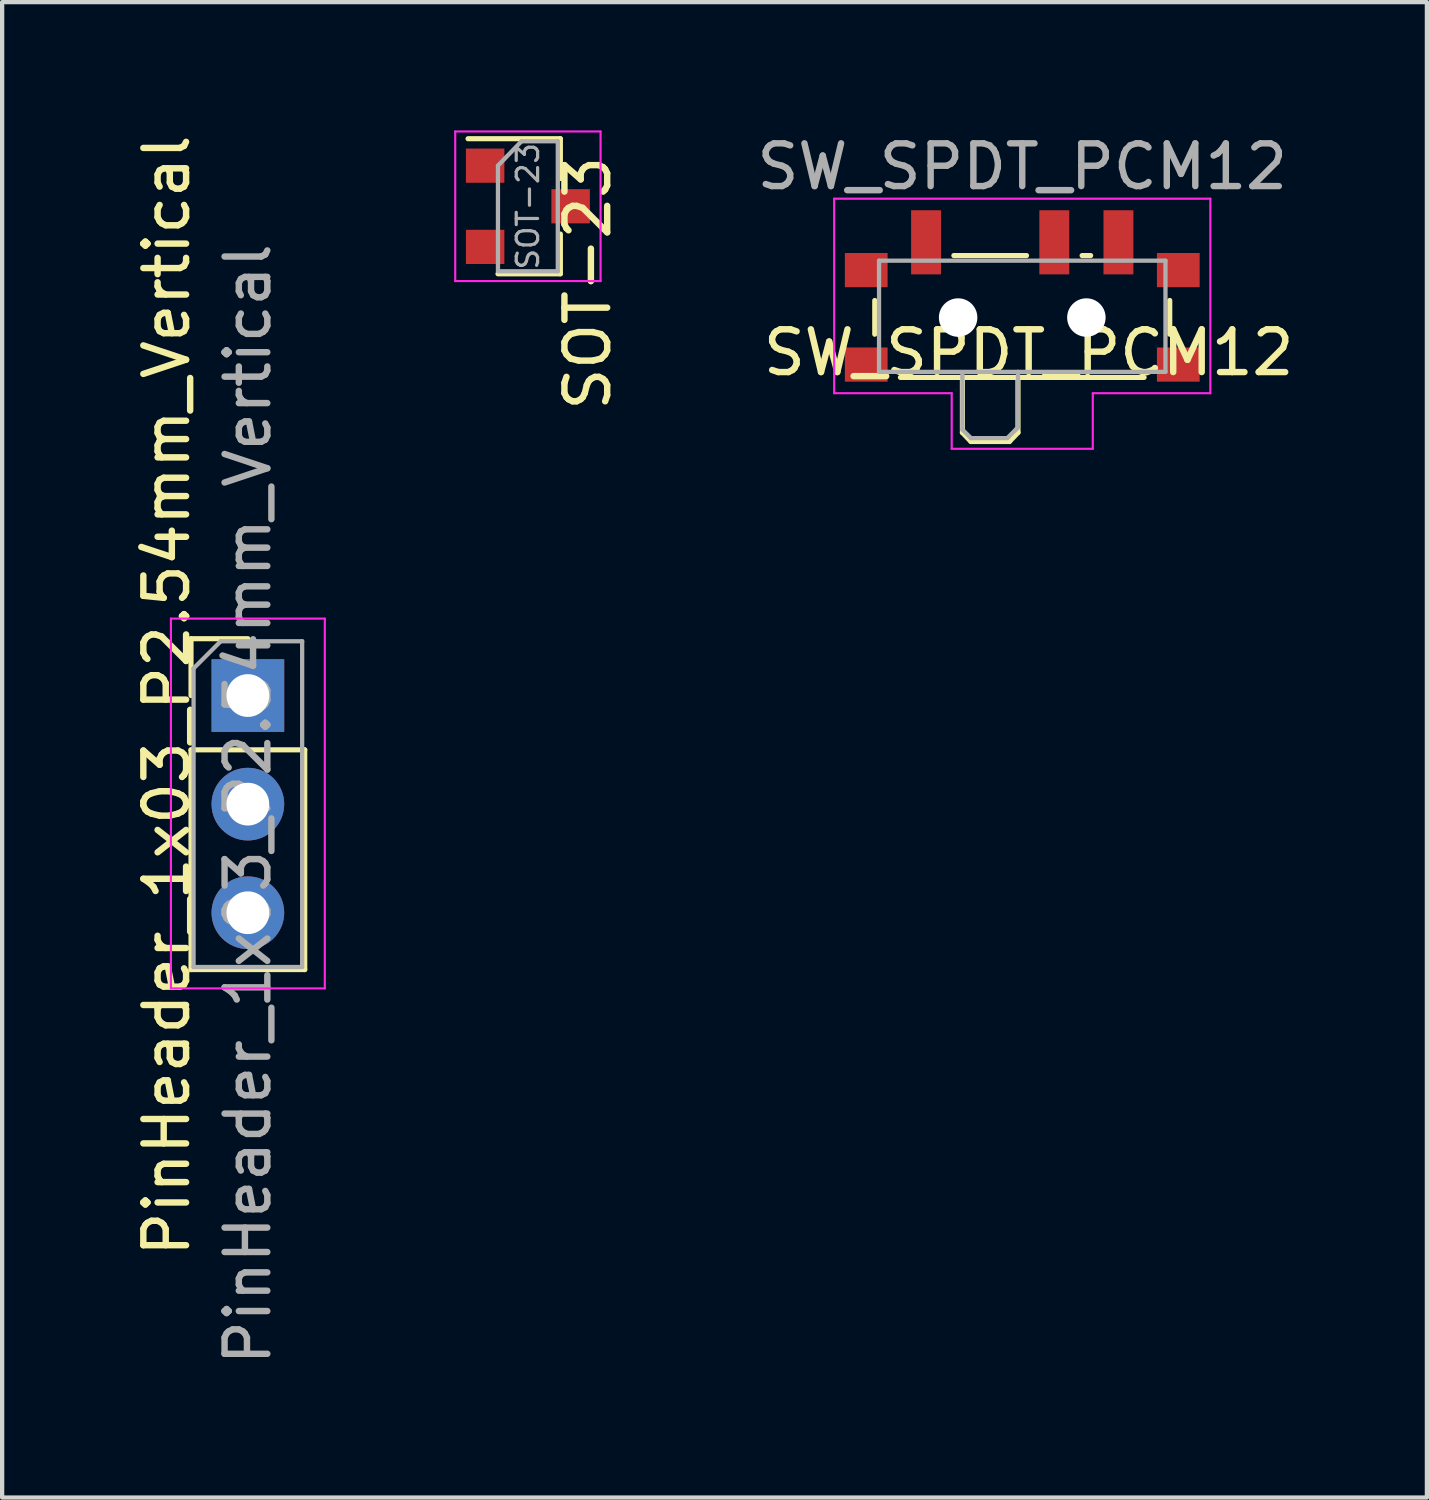
<source format=kicad_pcb>
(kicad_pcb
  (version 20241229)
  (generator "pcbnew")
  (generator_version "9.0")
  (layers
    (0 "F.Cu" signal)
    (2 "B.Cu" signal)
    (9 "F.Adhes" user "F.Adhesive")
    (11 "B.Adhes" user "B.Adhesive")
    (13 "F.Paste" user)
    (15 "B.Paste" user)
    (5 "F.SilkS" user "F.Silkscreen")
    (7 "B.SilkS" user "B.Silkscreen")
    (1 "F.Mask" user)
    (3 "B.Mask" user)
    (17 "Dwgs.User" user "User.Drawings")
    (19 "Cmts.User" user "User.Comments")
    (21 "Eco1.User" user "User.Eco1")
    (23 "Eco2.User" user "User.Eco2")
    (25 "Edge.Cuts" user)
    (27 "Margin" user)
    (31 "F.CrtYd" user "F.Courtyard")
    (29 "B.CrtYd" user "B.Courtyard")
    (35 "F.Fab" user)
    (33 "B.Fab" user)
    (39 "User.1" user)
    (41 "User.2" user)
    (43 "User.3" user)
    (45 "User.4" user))
  (footprint "PinHeader_1x03_P2.54mm_Vertical"
    (layer "F.Cu")
    (at 2.748 13.22)
    (property "Reference" "PinHeader_1x03_P2.54mm_Vertical" (at -1.9 0 90) (layer "F.SilkS") (effects (font (size 1 1) (thickness 0.15))))
    (attr through_hole)
    (fp_line (start -1.33 -1.33) (end 0 -1.33) (stroke (width 0.12) (type solid)) (layer "F.SilkS"))
    (fp_line (start -1.33 0) (end -1.33 -1.33) (stroke (width 0.12) (type solid)) (layer "F.SilkS"))
    (fp_line (start -1.33 1.27) (end -1.33 6.41) (stroke (width 0.12) (type solid)) (layer "F.SilkS"))
    (fp_line (start -1.33 1.27) (end 1.33 1.27) (stroke (width 0.12) (type solid)) (layer "F.SilkS"))
    (fp_line (start -1.33 6.41) (end 1.33 6.41) (stroke (width 0.12) (type solid)) (layer "F.SilkS"))
    (fp_line (start 1.33 1.27) (end 1.33 6.41) (stroke (width 0.12) (type solid)) (layer "F.SilkS"))
    (fp_line (start -1.8 -1.8) (end -1.8 6.85) (stroke (width 0.05) (type solid)) (layer "F.CrtYd"))
    (fp_line (start -1.8 6.85) (end 1.8 6.85) (stroke (width 0.05) (type solid)) (layer "F.CrtYd"))
    (fp_line (start 1.8 -1.8) (end -1.8 -1.8) (stroke (width 0.05) (type solid)) (layer "F.CrtYd"))
    (fp_line (start 1.8 6.85) (end 1.8 -1.8) (stroke (width 0.05) (type solid)) (layer "F.CrtYd"))
    (fp_line (start -1.27 -0.635) (end -0.635 -1.27) (stroke (width 0.1) (type solid)) (layer "F.Fab"))
    (fp_line (start -1.27 6.35) (end -1.27 -0.635) (stroke (width 0.1) (type solid)) (layer "F.Fab"))
    (fp_line (start -0.635 -1.27) (end 1.27 -1.27) (stroke (width 0.1) (type solid)) (layer "F.Fab"))
    (fp_line (start 1.27 -1.27) (end 1.27 6.35) (stroke (width 0.1) (type solid)) (layer "F.Fab"))
    (fp_line (start 1.27 6.35) (end -1.27 6.35) (stroke (width 0.1) (type solid)) (layer "F.Fab"))
    (fp_text user "${REFERENCE}" (at 0 2.54 90) (layer "F.Fab") (effects (font (size 1 1) (thickness 0.15))))
    (pad "1" thru_hole rect (at 0 0) (size 1.7 1.7) (drill 1) (layers "*.Cu" "*.Mask"))
    (pad "2" thru_hole oval (at 0 2.54) (size 1.7 1.7) (drill 1) (layers "*.Cu" "*.Mask"))
    (pad "3" thru_hole oval (at 0 5.08) (size 1.7 1.7) (drill 1) (layers "*.Cu" "*.Mask")))
  (footprint "SW_SPDT_PCM12"
    (layer "F.Cu")
    (at 20.862 4.048)
    (property "Reference" "SW_SPDT_PCM12" (at 0.15 1.15 0) (layer "F.SilkS") (effects (font (size 1 1) (thickness 0.15))))
    (attr smd)
    (fp_line (start -3.45 -0.07) (end -3.45 0.72) (stroke (width 0.12) (type solid)) (layer "F.SilkS"))
    (fp_line (start -2.85 1.73) (end 2.85 1.73) (stroke (width 0.12) (type solid)) (layer "F.SilkS"))
    (fp_line (start -1.6 -1.12) (end 0.1 -1.12) (stroke (width 0.12) (type solid)) (layer "F.SilkS"))
    (fp_line (start -1.4 1.73) (end -1.4 3.02) (stroke (width 0.12) (type solid)) (layer "F.SilkS"))
    (fp_line (start -1.4 3.02) (end -1.2 3.23) (stroke (width 0.12) (type solid)) (layer "F.SilkS"))
    (fp_line (start -1.2 3.23) (end -0.3 3.23) (stroke (width 0.12) (type solid)) (layer "F.SilkS"))
    (fp_line (start -0.1 3.02) (end -0.3 3.23) (stroke (width 0.12) (type solid)) (layer "F.SilkS"))
    (fp_line (start -0.1 3.02) (end -0.1 1.73) (stroke (width 0.12) (type solid)) (layer "F.SilkS"))
    (fp_line (start 1.4 -1.12) (end 1.6 -1.12) (stroke (width 0.12) (type solid)) (layer "F.SilkS"))
    (fp_line (start 3.45 0.72) (end 3.45 -0.07) (stroke (width 0.12) (type solid)) (layer "F.SilkS"))
    (fp_line (start -4.4 -2.45) (end 4.4 -2.45) (stroke (width 0.05) (type solid)) (layer "F.CrtYd"))
    (fp_line (start -4.4 2.1) (end -4.4 -2.45) (stroke (width 0.05) (type solid)) (layer "F.CrtYd"))
    (fp_line (start -1.65 2.1) (end -4.4 2.1) (stroke (width 0.05) (type solid)) (layer "F.CrtYd"))
    (fp_line (start -1.65 3.4) (end -1.65 2.1) (stroke (width 0.05) (type solid)) (layer "F.CrtYd"))
    (fp_line (start 1.65 2.1) (end 1.65 3.4) (stroke (width 0.05) (type solid)) (layer "F.CrtYd"))
    (fp_line (start 1.65 3.4) (end -1.65 3.4) (stroke (width 0.05) (type solid)) (layer "F.CrtYd"))
    (fp_line (start 4.4 -2.45) (end 4.4 2.1) (stroke (width 0.05) (type solid)) (layer "F.CrtYd"))
    (fp_line (start 4.4 2.1) (end 1.65 2.1) (stroke (width 0.05) (type solid)) (layer "F.CrtYd"))
    (fp_line (start -3.35 -1) (end -3.35 1.6) (stroke (width 0.1) (type solid)) (layer "F.Fab"))
    (fp_line (start -3.35 1.6) (end 3.35 1.6) (stroke (width 0.1) (type solid)) (layer "F.Fab"))
    (fp_line (start -1.4 1.65) (end -1.4 2.95) (stroke (width 0.1) (type solid)) (layer "F.Fab"))
    (fp_line (start -1.4 2.95) (end -1.2 3.15) (stroke (width 0.1) (type solid)) (layer "F.Fab"))
    (fp_line (start -1.2 3.15) (end -0.35 3.15) (stroke (width 0.1) (type solid)) (layer "F.Fab"))
    (fp_line (start -0.35 3.15) (end -0.15 2.95) (stroke (width 0.1) (type solid)) (layer "F.Fab"))
    (fp_line (start -0.15 2.95) (end -0.1 2.9) (stroke (width 0.1) (type solid)) (layer "F.Fab"))
    (fp_line (start -0.1 2.9) (end -0.1 1.6) (stroke (width 0.1) (type solid)) (layer "F.Fab"))
    (fp_line (start 3.35 -1) (end -3.35 -1) (stroke (width 0.1) (type solid)) (layer "F.Fab"))
    (fp_line (start 3.35 1.6) (end 3.35 -1) (stroke (width 0.1) (type solid)) (layer "F.Fab"))
    (fp_text user "${REFERENCE}" (at 0 -3.2 0) (layer "F.Fab") (effects (font (size 1 1) (thickness 0.15))))
    (pad "" smd rect (at -3.65 -0.78) (size 1 0.8) (layers "F.Cu" "F.Mask" "F.Paste"))
    (pad "" smd rect (at -3.65 1.43) (size 1 0.8) (layers "F.Cu" "F.Mask" "F.Paste"))
    (pad "" np_thru_hole circle (at -1.5 0.33) (size 0.9 0.9) (drill 0.9) (layers "*.Cu" "*.Mask"))
    (pad "" np_thru_hole circle (at 1.5 0.33) (size 0.9 0.9) (drill 0.9) (layers "*.Cu" "*.Mask"))
    (pad "" smd rect (at 3.65 -0.78) (size 1 0.8) (layers "F.Cu" "F.Mask" "F.Paste"))
    (pad "" smd rect (at 3.65 1.43) (size 1 0.8) (layers "F.Cu" "F.Mask" "F.Paste"))
    (pad "1" smd rect (at -2.25 -1.43) (size 0.7 1.5) (layers "F.Cu" "F.Mask" "F.Paste"))
    (pad "2" smd rect (at 0.75 -1.43) (size 0.7 1.5) (layers "F.Cu" "F.Mask" "F.Paste"))
    (pad "3" smd rect (at 2.25 -1.43) (size 0.7 1.5) (layers "F.Cu" "F.Mask" "F.Paste")))
  (footprint "SOT-23"
    (layer "F.Cu")
    (at 9.298 1.775)
    (property "Reference" "SOT-23" (at 1.4 1.8 90) (layer "F.SilkS") (effects (font (size 1 1) (thickness 0.15))))
    (attr smd)
    (fp_line (start 0.76 -1.58) (end -1.4 -1.58) (stroke (width 0.12) (type solid)) (layer "F.SilkS"))
    (fp_line (start 0.76 -1.58) (end 0.76 -0.65) (stroke (width 0.12) (type solid)) (layer "F.SilkS"))
    (fp_line (start 0.76 1.58) (end -0.7 1.58) (stroke (width 0.12) (type solid)) (layer "F.SilkS"))
    (fp_line (start 0.76 1.58) (end 0.76 0.65) (stroke (width 0.12) (type solid)) (layer "F.SilkS"))
    (fp_line (start -1.7 -1.75) (end 1.7 -1.75) (stroke (width 0.05) (type solid)) (layer "F.CrtYd"))
    (fp_line (start -1.7 1.75) (end -1.7 -1.75) (stroke (width 0.05) (type solid)) (layer "F.CrtYd"))
    (fp_line (start 1.7 -1.75) (end 1.7 1.75) (stroke (width 0.05) (type solid)) (layer "F.CrtYd"))
    (fp_line (start 1.7 1.75) (end -1.7 1.75) (stroke (width 0.05) (type solid)) (layer "F.CrtYd"))
    (fp_line (start -0.7 -0.95) (end -0.7 1.5) (stroke (width 0.1) (type solid)) (layer "F.Fab"))
    (fp_line (start -0.7 -0.95) (end -0.15 -1.52) (stroke (width 0.1) (type solid)) (layer "F.Fab"))
    (fp_line (start -0.7 1.52) (end 0.7 1.52) (stroke (width 0.1) (type solid)) (layer "F.Fab"))
    (fp_line (start -0.15 -1.52) (end 0.7 -1.52) (stroke (width 0.1) (type solid)) (layer "F.Fab"))
    (fp_line (start 0.7 -1.52) (end 0.7 1.52) (stroke (width 0.1) (type solid)) (layer "F.Fab"))
    (fp_text user "${REFERENCE}" (at 0 0 90) (layer "F.Fab") (effects (font (size 0.5 0.5) (thickness 0.075))))
    (pad "1" smd rect (at -1 -0.95) (size 0.9 0.8) (layers "F.Cu" "F.Mask" "F.Paste"))
    (pad "2" smd rect (at -1 0.95) (size 0.9 0.8) (layers "F.Cu" "F.Mask" "F.Paste"))
    (pad "3" smd rect (at 1 0) (size 0.9 0.8) (layers "F.Cu" "F.Mask" "F.Paste")))
  (gr_rect
    (start -3 -3)
    (end 30.327 31.98)
    (stroke (width 0.1) (type default))
    (fill no)
    (layer "Edge.Cuts")))
</source>
